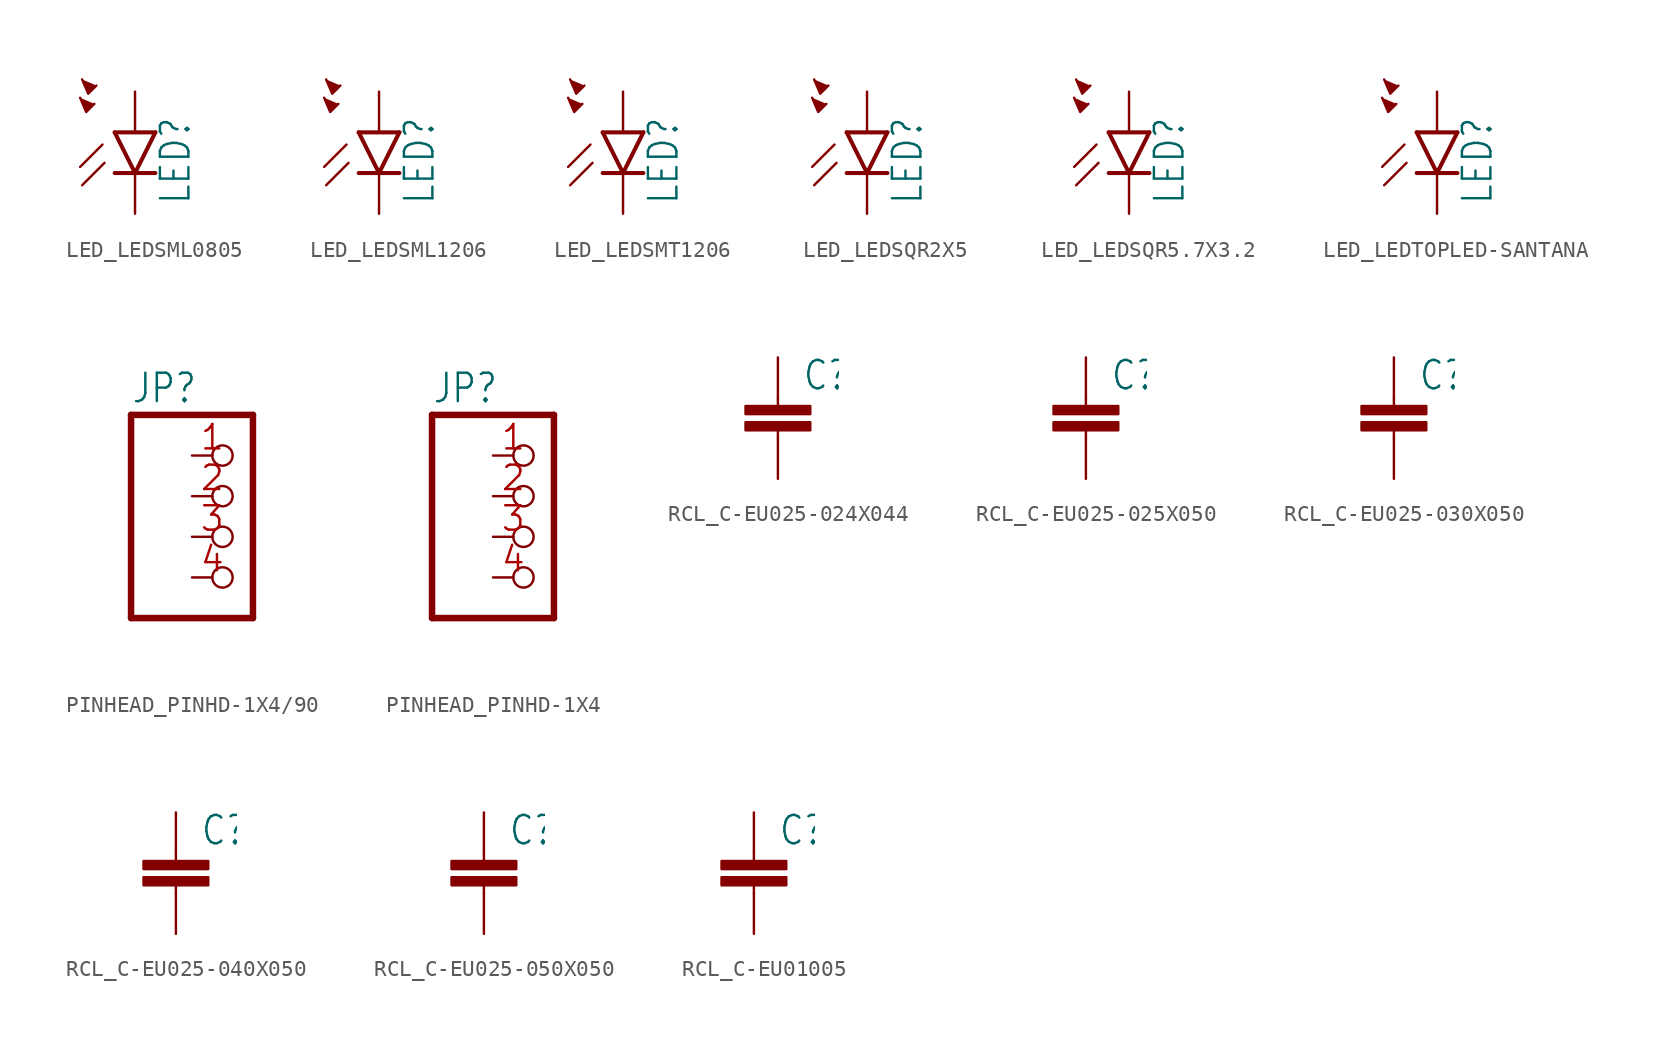
<source format=kicad_sym>
(kicad_symbol_lib
  (version 20241209)
  (generator "kicad_symbol_editor")
  (generator_version "9.0")
  (symbol "LED_LEDSML0805"
    (property "Reference" "LED"
      (at 3.556 -4.572 90)
      (effects (font (size 1.778 1.511)) (justify left bottom)))
    (property "Value" ""
      (at 5.715 -4.572 90)
      (effects (font (size 1.778 1.511)) (justify left bottom)))
    (property "ki_locked" ""
      (at 0 0 0)
      (effects (font (size 1.27 1.27))))
    (symbol "LED_LEDSML0805_1_0"
      (polyline (pts (xy -3.429 2.159) (xy -3.048 1.27) (xy -2.54 1.778)) (stroke (width 0.152) (type solid)) (fill (type outline)))
      (polyline (pts (xy -3.302 3.302) (xy -2.921 2.413) (xy -2.413 2.921)) (stroke (width 0.152) (type solid)) (fill (type outline)))
      (polyline (pts (xy -2.032 -0.762) (xy -3.429 -2.159)) (stroke (width 0.152) (type solid)) (fill (type none)))
      (polyline (pts (xy -1.905 -1.905) (xy -3.302 -3.302)) (stroke (width 0.152) (type solid)) (fill (type none)))
      (polyline (pts (xy 0 -2.54) (xy -1.27 0)) (stroke (width 0.254) (type solid)) (fill (type none)))
      (polyline (pts (xy 0 -2.54) (xy -1.27 -2.54)) (stroke (width 0.254) (type solid)) (fill (type none)))
      (polyline (pts (xy 1.27 0) (xy -1.27 0)) (stroke (width 0.254) (type solid)) (fill (type none)))
      (polyline (pts (xy 1.27 0) (xy 0 -2.54)) (stroke (width 0.254) (type solid)) (fill (type none)))
      (polyline (pts (xy 1.27 -2.54) (xy 0 -2.54)) (stroke (width 0.254) (type solid)) (fill (type none)))
      (pin passive line (at 0 2.54 270) (length 2.54) (name "A" (effects (font (size 0 0)))) (number "A" (effects (font (size 0 0)))))
      (pin passive line (at 0 -5.08 90) (length 2.54) (name "C" (effects (font (size 0 0)))) (number "C" (effects (font (size 0 0)))))))
  (symbol "LED_LEDSML1206"
    (property "Reference" "LED"
      (at 3.556 -4.572 90)
      (effects (font (size 1.778 1.511)) (justify left bottom)))
    (property "Value" ""
      (at 5.715 -4.572 90)
      (effects (font (size 1.778 1.511)) (justify left bottom)))
    (property "ki_locked" ""
      (at 0 0 0)
      (effects (font (size 1.27 1.27))))
    (symbol "LED_LEDSML1206_1_0"
      (polyline (pts (xy -3.429 2.159) (xy -3.048 1.27) (xy -2.54 1.778)) (stroke (width 0.152) (type solid)) (fill (type outline)))
      (polyline (pts (xy -3.302 3.302) (xy -2.921 2.413) (xy -2.413 2.921)) (stroke (width 0.152) (type solid)) (fill (type outline)))
      (polyline (pts (xy -2.032 -0.762) (xy -3.429 -2.159)) (stroke (width 0.152) (type solid)) (fill (type none)))
      (polyline (pts (xy -1.905 -1.905) (xy -3.302 -3.302)) (stroke (width 0.152) (type solid)) (fill (type none)))
      (polyline (pts (xy 0 -2.54) (xy -1.27 0)) (stroke (width 0.254) (type solid)) (fill (type none)))
      (polyline (pts (xy 0 -2.54) (xy -1.27 -2.54)) (stroke (width 0.254) (type solid)) (fill (type none)))
      (polyline (pts (xy 1.27 0) (xy -1.27 0)) (stroke (width 0.254) (type solid)) (fill (type none)))
      (polyline (pts (xy 1.27 0) (xy 0 -2.54)) (stroke (width 0.254) (type solid)) (fill (type none)))
      (polyline (pts (xy 1.27 -2.54) (xy 0 -2.54)) (stroke (width 0.254) (type solid)) (fill (type none)))
      (pin passive line (at 0 2.54 270) (length 2.54) (name "A" (effects (font (size 0 0)))) (number "A" (effects (font (size 0 0)))))
      (pin passive line (at 0 -5.08 90) (length 2.54) (name "C" (effects (font (size 0 0)))) (number "C" (effects (font (size 0 0)))))))
  (symbol "LED_LEDSMT1206"
    (property "Reference" "LED"
      (at 3.556 -4.572 90)
      (effects (font (size 1.778 1.511)) (justify left bottom)))
    (property "Value" ""
      (at 5.715 -4.572 90)
      (effects (font (size 1.778 1.511)) (justify left bottom)))
    (property "ki_locked" ""
      (at 0 0 0)
      (effects (font (size 1.27 1.27))))
    (symbol "LED_LEDSMT1206_1_0"
      (polyline (pts (xy -3.429 2.159) (xy -3.048 1.27) (xy -2.54 1.778)) (stroke (width 0.152) (type solid)) (fill (type outline)))
      (polyline (pts (xy -3.302 3.302) (xy -2.921 2.413) (xy -2.413 2.921)) (stroke (width 0.152) (type solid)) (fill (type outline)))
      (polyline (pts (xy -2.032 -0.762) (xy -3.429 -2.159)) (stroke (width 0.152) (type solid)) (fill (type none)))
      (polyline (pts (xy -1.905 -1.905) (xy -3.302 -3.302)) (stroke (width 0.152) (type solid)) (fill (type none)))
      (polyline (pts (xy 0 -2.54) (xy -1.27 0)) (stroke (width 0.254) (type solid)) (fill (type none)))
      (polyline (pts (xy 0 -2.54) (xy -1.27 -2.54)) (stroke (width 0.254) (type solid)) (fill (type none)))
      (polyline (pts (xy 1.27 0) (xy -1.27 0)) (stroke (width 0.254) (type solid)) (fill (type none)))
      (polyline (pts (xy 1.27 0) (xy 0 -2.54)) (stroke (width 0.254) (type solid)) (fill (type none)))
      (polyline (pts (xy 1.27 -2.54) (xy 0 -2.54)) (stroke (width 0.254) (type solid)) (fill (type none)))
      (pin passive line (at 0 2.54 270) (length 2.54) (name "A" (effects (font (size 0 0)))) (number "A" (effects (font (size 0 0)))))
      (pin passive line (at 0 -5.08 90) (length 2.54) (name "C" (effects (font (size 0 0)))) (number "C" (effects (font (size 0 0)))))))
  (symbol "LED_LEDSQR2X5"
    (property "Reference" "LED"
      (at 3.556 -4.572 90)
      (effects (font (size 1.778 1.511)) (justify left bottom)))
    (property "Value" ""
      (at 5.715 -4.572 90)
      (effects (font (size 1.778 1.511)) (justify left bottom)))
    (property "ki_locked" ""
      (at 0 0 0)
      (effects (font (size 1.27 1.27))))
    (symbol "LED_LEDSQR2X5_1_0"
      (polyline (pts (xy -3.429 2.159) (xy -3.048 1.27) (xy -2.54 1.778)) (stroke (width 0.152) (type solid)) (fill (type outline)))
      (polyline (pts (xy -3.302 3.302) (xy -2.921 2.413) (xy -2.413 2.921)) (stroke (width 0.152) (type solid)) (fill (type outline)))
      (polyline (pts (xy -2.032 -0.762) (xy -3.429 -2.159)) (stroke (width 0.152) (type solid)) (fill (type none)))
      (polyline (pts (xy -1.905 -1.905) (xy -3.302 -3.302)) (stroke (width 0.152) (type solid)) (fill (type none)))
      (polyline (pts (xy 0 -2.54) (xy -1.27 0)) (stroke (width 0.254) (type solid)) (fill (type none)))
      (polyline (pts (xy 0 -2.54) (xy -1.27 -2.54)) (stroke (width 0.254) (type solid)) (fill (type none)))
      (polyline (pts (xy 1.27 0) (xy -1.27 0)) (stroke (width 0.254) (type solid)) (fill (type none)))
      (polyline (pts (xy 1.27 0) (xy 0 -2.54)) (stroke (width 0.254) (type solid)) (fill (type none)))
      (polyline (pts (xy 1.27 -2.54) (xy 0 -2.54)) (stroke (width 0.254) (type solid)) (fill (type none)))
      (pin passive line (at 0 2.54 270) (length 2.54) (name "A" (effects (font (size 0 0)))) (number "A" (effects (font (size 0 0)))))
      (pin passive line (at 0 -5.08 90) (length 2.54) (name "C" (effects (font (size 0 0)))) (number "K" (effects (font (size 0 0)))))))
  (symbol "LED_LEDSQR5.7X3.2"
    (property "Reference" "LED"
      (at 3.556 -4.572 90)
      (effects (font (size 1.778 1.511)) (justify left bottom)))
    (property "Value" ""
      (at 5.715 -4.572 90)
      (effects (font (size 1.778 1.511)) (justify left bottom)))
    (property "ki_locked" ""
      (at 0 0 0)
      (effects (font (size 1.27 1.27))))
    (symbol "LED_LEDSQR5.7X3.2_1_0"
      (polyline (pts (xy -3.429 2.159) (xy -3.048 1.27) (xy -2.54 1.778)) (stroke (width 0.152) (type solid)) (fill (type outline)))
      (polyline (pts (xy -3.302 3.302) (xy -2.921 2.413) (xy -2.413 2.921)) (stroke (width 0.152) (type solid)) (fill (type outline)))
      (polyline (pts (xy -2.032 -0.762) (xy -3.429 -2.159)) (stroke (width 0.152) (type solid)) (fill (type none)))
      (polyline (pts (xy -1.905 -1.905) (xy -3.302 -3.302)) (stroke (width 0.152) (type solid)) (fill (type none)))
      (polyline (pts (xy 0 -2.54) (xy -1.27 0)) (stroke (width 0.254) (type solid)) (fill (type none)))
      (polyline (pts (xy 0 -2.54) (xy -1.27 -2.54)) (stroke (width 0.254) (type solid)) (fill (type none)))
      (polyline (pts (xy 1.27 0) (xy -1.27 0)) (stroke (width 0.254) (type solid)) (fill (type none)))
      (polyline (pts (xy 1.27 0) (xy 0 -2.54)) (stroke (width 0.254) (type solid)) (fill (type none)))
      (polyline (pts (xy 1.27 -2.54) (xy 0 -2.54)) (stroke (width 0.254) (type solid)) (fill (type none)))
      (pin passive line (at 0 2.54 270) (length 2.54) (name "A" (effects (font (size 0 0)))) (number "A" (effects (font (size 0 0)))))
      (pin passive line (at 0 -5.08 90) (length 2.54) (name "C" (effects (font (size 0 0)))) (number "K" (effects (font (size 0 0)))))))
  (symbol "LED_LEDTOPLED-SANTANA"
    (property "Reference" "LED"
      (at 3.556 -4.572 90)
      (effects (font (size 1.778 1.511)) (justify left bottom)))
    (property "Value" ""
      (at 5.715 -4.572 90)
      (effects (font (size 1.778 1.511)) (justify left bottom)))
    (property "ki_locked" ""
      (at 0 0 0)
      (effects (font (size 1.27 1.27))))
    (symbol "LED_LEDTOPLED-SANTANA_1_0"
      (polyline (pts (xy -3.429 2.159) (xy -3.048 1.27) (xy -2.54 1.778)) (stroke (width 0.152) (type solid)) (fill (type outline)))
      (polyline (pts (xy -3.302 3.302) (xy -2.921 2.413) (xy -2.413 2.921)) (stroke (width 0.152) (type solid)) (fill (type outline)))
      (polyline (pts (xy -2.032 -0.762) (xy -3.429 -2.159)) (stroke (width 0.152) (type solid)) (fill (type none)))
      (polyline (pts (xy -1.905 -1.905) (xy -3.302 -3.302)) (stroke (width 0.152) (type solid)) (fill (type none)))
      (polyline (pts (xy 0 -2.54) (xy -1.27 0)) (stroke (width 0.254) (type solid)) (fill (type none)))
      (polyline (pts (xy 0 -2.54) (xy -1.27 -2.54)) (stroke (width 0.254) (type solid)) (fill (type none)))
      (polyline (pts (xy 1.27 0) (xy -1.27 0)) (stroke (width 0.254) (type solid)) (fill (type none)))
      (polyline (pts (xy 1.27 0) (xy 0 -2.54)) (stroke (width 0.254) (type solid)) (fill (type none)))
      (polyline (pts (xy 1.27 -2.54) (xy 0 -2.54)) (stroke (width 0.254) (type solid)) (fill (type none)))
      (pin passive line (at 0 2.54 270) (length 2.54) (name "A" (effects (font (size 0 0)))) (number "A" (effects (font (size 0 0)))))
      (pin passive line (at 0 -5.08 90) (length 2.54) (name "C" (effects (font (size 0 0)))) (number "C" (effects (font (size 0 0)))))))
  (symbol "PINHEAD_PINHD-1X4/90"
    (property "Reference" "JP"
      (at -6.35 8.255 0)
      (effects (font (size 1.778 1.511)) (justify left bottom)))
    (property "Value" ""
      (at -6.35 -7.62 0)
      (effects (font (size 1.778 1.511)) (justify left bottom)))
    (property "ki_locked" ""
      (at 0 0 0)
      (effects (font (size 1.27 1.27))))
    (symbol "PINHEAD_PINHD-1X4/90_1_0"
      (polyline (pts (xy -6.35 7.62) (xy -6.35 -5.08)) (stroke (width 0.406) (type solid)) (fill (type none)))
      (polyline (pts (xy -6.35 -5.08) (xy 1.27 -5.08)) (stroke (width 0.406) (type solid)) (fill (type none)))
      (polyline (pts (xy 1.27 7.62) (xy -6.35 7.62)) (stroke (width 0.406) (type solid)) (fill (type none)))
      (polyline (pts (xy 1.27 -5.08) (xy 1.27 7.62)) (stroke (width 0.406) (type solid)) (fill (type none)))
      (pin passive inverted (at -2.54 5.08 0) (length 2.54) (name "1" (effects (font (size 0 0)))) (number "1" (effects (font (size 1.524 1.524)))))
      (pin passive inverted (at -2.54 2.54 0) (length 2.54) (name "2" (effects (font (size 0 0)))) (number "2" (effects (font (size 1.524 1.524)))))
      (pin passive inverted (at -2.54 0 0) (length 2.54) (name "3" (effects (font (size 0 0)))) (number "3" (effects (font (size 1.524 1.524)))))
      (pin passive inverted (at -2.54 -2.54 0) (length 2.54) (name "4" (effects (font (size 0 0)))) (number "4" (effects (font (size 1.524 1.524)))))))
  (symbol "PINHEAD_PINHD-1X4"
    (property "Reference" "JP"
      (at -6.35 8.255 0)
      (effects (font (size 1.778 1.511)) (justify left bottom)))
    (property "Value" ""
      (at -6.35 -7.62 0)
      (effects (font (size 1.778 1.511)) (justify left bottom)))
    (property "ki_locked" ""
      (at 0 0 0)
      (effects (font (size 1.27 1.27))))
    (symbol "PINHEAD_PINHD-1X4_1_0"
      (polyline (pts (xy -6.35 7.62) (xy -6.35 -5.08)) (stroke (width 0.406) (type solid)) (fill (type none)))
      (polyline (pts (xy -6.35 -5.08) (xy 1.27 -5.08)) (stroke (width 0.406) (type solid)) (fill (type none)))
      (polyline (pts (xy 1.27 7.62) (xy -6.35 7.62)) (stroke (width 0.406) (type solid)) (fill (type none)))
      (polyline (pts (xy 1.27 -5.08) (xy 1.27 7.62)) (stroke (width 0.406) (type solid)) (fill (type none)))
      (pin passive inverted (at -2.54 5.08 0) (length 2.54) (name "1" (effects (font (size 0 0)))) (number "1" (effects (font (size 1.524 1.524)))))
      (pin passive inverted (at -2.54 2.54 0) (length 2.54) (name "2" (effects (font (size 0 0)))) (number "2" (effects (font (size 1.524 1.524)))))
      (pin passive inverted (at -2.54 0 0) (length 2.54) (name "3" (effects (font (size 0 0)))) (number "3" (effects (font (size 1.524 1.524)))))
      (pin passive inverted (at -2.54 -2.54 0) (length 2.54) (name "4" (effects (font (size 0 0)))) (number "4" (effects (font (size 1.524 1.524)))))))
  (symbol "RCL_C-EU025-024X044"
    (property "Reference" "C"
      (at 1.524 0.381 0)
      (effects (font (size 1.778 1.511)) (justify left bottom)))
    (property "Value" ""
      (at 1.524 -4.699 0)
      (effects (font (size 1.778 1.511)) (justify left bottom)))
    (property "ki_locked" ""
      (at 0 0 0)
      (effects (font (size 1.27 1.27))))
    (symbol "RCL_C-EU025-024X044_1_0"
      (rectangle (start -2.032 -1.016) (end 2.032 -0.508) (stroke (width 0) (type default)) (fill (type outline)))
      (rectangle (start -2.032 -2.032) (end 2.032 -1.524) (stroke (width 0) (type default)) (fill (type outline)))
      (polyline (pts (xy 0 0) (xy 0 -0.508)) (stroke (width 0.152) (type solid)) (fill (type none)))
      (polyline (pts (xy 0 -2.54) (xy 0 -2.032)) (stroke (width 0.152) (type solid)) (fill (type none)))
      (pin passive line (at 0 2.54 270) (length 2.54) (name "1" (effects (font (size 0 0)))) (number "1" (effects (font (size 0 0)))))
      (pin passive line (at 0 -5.08 90) (length 2.54) (name "2" (effects (font (size 0 0)))) (number "2" (effects (font (size 0 0)))))))
  (symbol "RCL_C-EU025-025X050"
    (property "Reference" "C"
      (at 1.524 0.381 0)
      (effects (font (size 1.778 1.511)) (justify left bottom)))
    (property "Value" ""
      (at 1.524 -4.699 0)
      (effects (font (size 1.778 1.511)) (justify left bottom)))
    (property "ki_locked" ""
      (at 0 0 0)
      (effects (font (size 1.27 1.27))))
    (symbol "RCL_C-EU025-025X050_1_0"
      (rectangle (start -2.032 -1.016) (end 2.032 -0.508) (stroke (width 0) (type default)) (fill (type outline)))
      (rectangle (start -2.032 -2.032) (end 2.032 -1.524) (stroke (width 0) (type default)) (fill (type outline)))
      (polyline (pts (xy 0 0) (xy 0 -0.508)) (stroke (width 0.152) (type solid)) (fill (type none)))
      (polyline (pts (xy 0 -2.54) (xy 0 -2.032)) (stroke (width 0.152) (type solid)) (fill (type none)))
      (pin passive line (at 0 2.54 270) (length 2.54) (name "1" (effects (font (size 0 0)))) (number "1" (effects (font (size 0 0)))))
      (pin passive line (at 0 -5.08 90) (length 2.54) (name "2" (effects (font (size 0 0)))) (number "2" (effects (font (size 0 0)))))))
  (symbol "RCL_C-EU025-030X050"
    (property "Reference" "C"
      (at 1.524 0.381 0)
      (effects (font (size 1.778 1.511)) (justify left bottom)))
    (property "Value" ""
      (at 1.524 -4.699 0)
      (effects (font (size 1.778 1.511)) (justify left bottom)))
    (property "ki_locked" ""
      (at 0 0 0)
      (effects (font (size 1.27 1.27))))
    (symbol "RCL_C-EU025-030X050_1_0"
      (rectangle (start -2.032 -1.016) (end 2.032 -0.508) (stroke (width 0) (type default)) (fill (type outline)))
      (rectangle (start -2.032 -2.032) (end 2.032 -1.524) (stroke (width 0) (type default)) (fill (type outline)))
      (polyline (pts (xy 0 0) (xy 0 -0.508)) (stroke (width 0.152) (type solid)) (fill (type none)))
      (polyline (pts (xy 0 -2.54) (xy 0 -2.032)) (stroke (width 0.152) (type solid)) (fill (type none)))
      (pin passive line (at 0 2.54 270) (length 2.54) (name "1" (effects (font (size 0 0)))) (number "1" (effects (font (size 0 0)))))
      (pin passive line (at 0 -5.08 90) (length 2.54) (name "2" (effects (font (size 0 0)))) (number "2" (effects (font (size 0 0)))))))
  (symbol "RCL_C-EU025-040X050"
    (property "Reference" "C"
      (at 1.524 0.381 0)
      (effects (font (size 1.778 1.511)) (justify left bottom)))
    (property "Value" ""
      (at 1.524 -4.699 0)
      (effects (font (size 1.778 1.511)) (justify left bottom)))
    (property "ki_locked" ""
      (at 0 0 0)
      (effects (font (size 1.27 1.27))))
    (symbol "RCL_C-EU025-040X050_1_0"
      (rectangle (start -2.032 -1.016) (end 2.032 -0.508) (stroke (width 0) (type default)) (fill (type outline)))
      (rectangle (start -2.032 -2.032) (end 2.032 -1.524) (stroke (width 0) (type default)) (fill (type outline)))
      (polyline (pts (xy 0 0) (xy 0 -0.508)) (stroke (width 0.152) (type solid)) (fill (type none)))
      (polyline (pts (xy 0 -2.54) (xy 0 -2.032)) (stroke (width 0.152) (type solid)) (fill (type none)))
      (pin passive line (at 0 2.54 270) (length 2.54) (name "1" (effects (font (size 0 0)))) (number "1" (effects (font (size 0 0)))))
      (pin passive line (at 0 -5.08 90) (length 2.54) (name "2" (effects (font (size 0 0)))) (number "2" (effects (font (size 0 0)))))))
  (symbol "RCL_C-EU025-050X050"
    (property "Reference" "C"
      (at 1.524 0.381 0)
      (effects (font (size 1.778 1.511)) (justify left bottom)))
    (property "Value" ""
      (at 1.524 -4.699 0)
      (effects (font (size 1.778 1.511)) (justify left bottom)))
    (property "ki_locked" ""
      (at 0 0 0)
      (effects (font (size 1.27 1.27))))
    (symbol "RCL_C-EU025-050X050_1_0"
      (rectangle (start -2.032 -1.016) (end 2.032 -0.508) (stroke (width 0) (type default)) (fill (type outline)))
      (rectangle (start -2.032 -2.032) (end 2.032 -1.524) (stroke (width 0) (type default)) (fill (type outline)))
      (polyline (pts (xy 0 0) (xy 0 -0.508)) (stroke (width 0.152) (type solid)) (fill (type none)))
      (polyline (pts (xy 0 -2.54) (xy 0 -2.032)) (stroke (width 0.152) (type solid)) (fill (type none)))
      (pin passive line (at 0 2.54 270) (length 2.54) (name "1" (effects (font (size 0 0)))) (number "1" (effects (font (size 0 0)))))
      (pin passive line (at 0 -5.08 90) (length 2.54) (name "2" (effects (font (size 0 0)))) (number "2" (effects (font (size 0 0)))))))
  (symbol "RCL_C-EU01005"
    (property "Reference" "C"
      (at 1.524 0.381 0)
      (effects (font (size 1.778 1.511)) (justify left bottom)))
    (property "Value" ""
      (at 1.524 -4.699 0)
      (effects (font (size 1.778 1.511)) (justify left bottom)))
    (property "ki_locked" ""
      (at 0 0 0)
      (effects (font (size 1.27 1.27))))
    (symbol "RCL_C-EU01005_1_0"
      (rectangle (start -2.032 -1.016) (end 2.032 -0.508) (stroke (width 0) (type default)) (fill (type outline)))
      (rectangle (start -2.032 -2.032) (end 2.032 -1.524) (stroke (width 0) (type default)) (fill (type outline)))
      (polyline (pts (xy 0 0) (xy 0 -0.508)) (stroke (width 0.152) (type solid)) (fill (type none)))
      (polyline (pts (xy 0 -2.54) (xy 0 -2.032)) (stroke (width 0.152) (type solid)) (fill (type none)))
      (pin passive line (at 0 2.54 270) (length 2.54) (name "1" (effects (font (size 0 0)))) (number "1" (effects (font (size 0 0)))))
      (pin passive line (at 0 -5.08 90) (length 2.54) (name "2" (effects (font (size 0 0)))) (number "2" (effects (font (size 0 0))))))))
</source>
